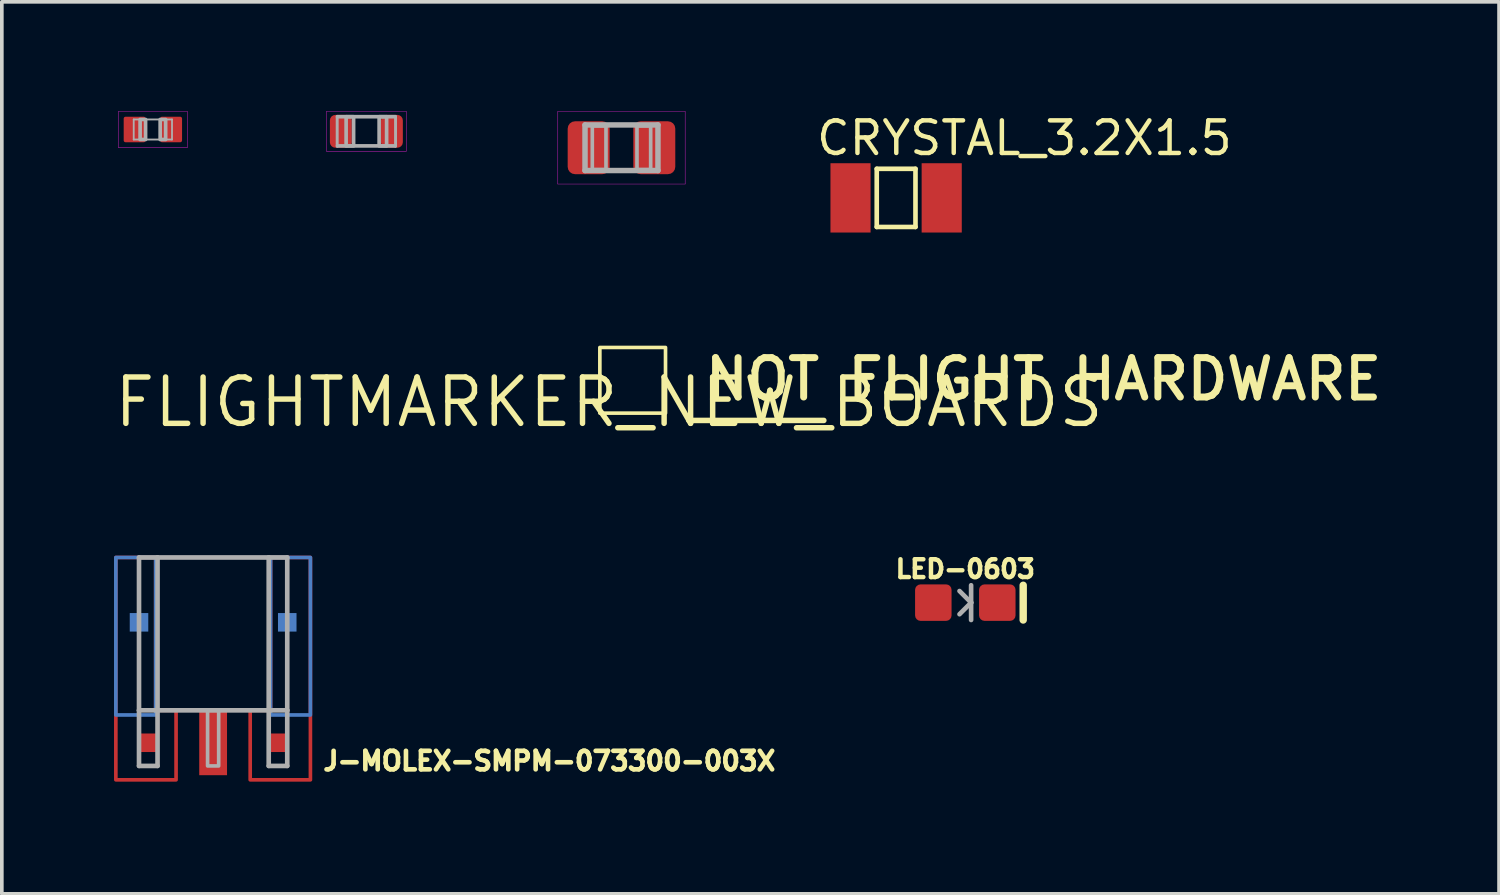
<source format=kicad_pcb>
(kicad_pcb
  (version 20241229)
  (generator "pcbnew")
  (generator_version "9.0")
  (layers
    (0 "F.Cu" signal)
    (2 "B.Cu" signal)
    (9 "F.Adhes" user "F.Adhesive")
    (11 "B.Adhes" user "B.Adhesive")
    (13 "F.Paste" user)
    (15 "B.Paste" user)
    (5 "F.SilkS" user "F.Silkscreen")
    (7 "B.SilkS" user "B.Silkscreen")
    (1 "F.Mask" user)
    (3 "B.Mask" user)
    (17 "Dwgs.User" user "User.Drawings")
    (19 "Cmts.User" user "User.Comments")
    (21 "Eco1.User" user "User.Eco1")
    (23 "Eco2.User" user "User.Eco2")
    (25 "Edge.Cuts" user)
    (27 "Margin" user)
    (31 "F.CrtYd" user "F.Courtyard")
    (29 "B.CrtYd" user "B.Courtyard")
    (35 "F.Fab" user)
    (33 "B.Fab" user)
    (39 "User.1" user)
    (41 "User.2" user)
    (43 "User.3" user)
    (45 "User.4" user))
  (footprint ".0805-B-NOSILK"
    (layer "F.Cu")
    (at 13.988 1)
    (property "Reference" ".0805-B-NOSILK" (at 0 0 0) (layer "F.Mask") (effects (font (size 0.34 0.34) (thickness 0.06))))
    (fp_line (start -1 -0.625) (end 1 -0.625) (stroke (width 0.15) (type solid)) (layer "F.Mask"))
    (fp_line (start -1 0.625) (end -1 -0.625) (stroke (width 0.15) (type solid)) (layer "F.Mask"))
    (fp_line (start 1 -0.625) (end 1 0.625) (stroke (width 0.15) (type solid)) (layer "F.Mask"))
    (fp_line (start 1 0.625) (end -1 0.625) (stroke (width 0.15) (type solid)) (layer "F.Mask"))
    (fp_poly (pts (xy -0.26 0.79) (xy -1.54 0.79) (xy -1.54 -0.79) (xy -0.26 -0.79)) (stroke (width 0.1) (type solid)) (fill no) (layer "F.Mask"))
    (fp_poly (pts (xy 1.54 0.79) (xy 0.26 0.79) (xy 0.26 -0.79) (xy 1.54 -0.79)) (stroke (width 0.1) (type solid)) (fill no) (layer "F.Mask"))
    (fp_line (start -1.745 -0.995) (end -1.745 0.995) (stroke (width 0.01) (type solid)) (layer "F.CrtYd"))
    (fp_line (start -1.745 0.995) (end 1.745 0.995) (stroke (width 0.01) (type solid)) (layer "F.CrtYd"))
    (fp_line (start 1.745 -0.995) (end -1.745 -0.995) (stroke (width 0.01) (type solid)) (layer "F.CrtYd"))
    (fp_line (start 1.745 0.995) (end 1.745 -0.995) (stroke (width 0.01) (type solid)) (layer "F.CrtYd"))
    (fp_line (start -1 -0.625) (end 1 -0.625) (stroke (width 0.15) (type solid)) (layer "F.Fab"))
    (fp_line (start -1 0.625) (end -1 -0.625) (stroke (width 0.15) (type solid)) (layer "F.Fab"))
    (fp_line (start 1 -0.625) (end 1 0.625) (stroke (width 0.15) (type solid)) (layer "F.Fab"))
    (fp_line (start 1 0.625) (end -1 0.625) (stroke (width 0.15) (type solid)) (layer "F.Fab"))
    (fp_poly (pts (xy -0.8 0.6) (xy -0.425 0.6) (xy -0.425 -0.6) (xy -0.8 -0.6)) (stroke (width 0.1) (type solid)) (fill no) (layer "F.Fab"))
    (fp_poly (pts (xy 0.425 0.6) (xy 0.8 0.6) (xy 0.8 -0.6) (xy 0.425 -0.6)) (stroke (width 0.1) (type solid)) (fill no) (layer "F.Fab"))
    (pad "1" smd roundrect (at -0.9 0) (size 1.15 1.45) (layers "F.Cu" "F.Paste") (roundrect_rratio 0.175))
    (pad "2" smd roundrect (at 0.9 0) (size 1.15 1.45) (layers "F.Cu" "F.Paste") (roundrect_rratio 0.175)))
  (footprint "FLIGHTMARKER_NEW_BOARDS"
    (layer "F.Cu")
    (at 13.645 7.976)
    (property "Reference" "FLIGHTMARKER_NEW_BOARDS" (at 0 0 0) (layer "F.SilkS") (effects (font (size 1.27 1.27) (thickness 0.15))))
    (fp_line (start 2.19 0.5) (end 5.89 0.5) (stroke (width 0.152) (type solid)) (layer "F.SilkS"))
    (fp_poly (pts (xy -0.25 0.3) (xy 1.55 0.3) (xy 1.55 -1.5) (xy -0.25 -1.5)) (stroke (width 0.1) (type solid)) (fill no) (layer "F.SilkS"))
    (fp_text user "NOT FLIGHT HARDWARE" (at 2.54 0 0) (layer "F.SilkS") (effects (font (size 1.079 1.079) (thickness 0.191)) (justify left bottom))))
  (footprint "J-MOLEX-SMPM-073300-003X"
    (layer "F.Cu")
    (at 2.793 12.233)
    (property "Reference" "J-MOLEX-SMPM-073300-003X" (at 2.953 5.877 0) (layer "F.SilkS") (effects (font (size 0.508 0.508) (thickness 0.127)) (justify left bottom)))
    (fp_poly (pts (xy -1.575 4.191) (xy -1.016 4.191) (xy -1.016 6.096) (xy -2.667 6.096) (xy -2.667 0) (xy -1.575 0)) (stroke (width 0.1) (type solid)) (fill no) (layer "F.Cu"))
    (fp_poly (pts (xy 2.667 6.096) (xy 1.016 6.096) (xy 1.016 4.191) (xy 1.575 4.191) (xy 1.575 0) (xy 2.667 0)) (stroke (width 0.1) (type solid)) (fill no) (layer "F.Cu"))
    (fp_poly (pts (xy -1.448 4.115) (xy -0.94 4.115) (xy -0.94 6.172) (xy -2.743 6.172) (xy -2.743 -0.076) (xy -1.448 -0.076)) (stroke (width 0.1) (type solid)) (fill no) (layer "F.Mask"))
    (fp_poly (pts (xy 2.743 6.172) (xy 0.94 6.172) (xy 0.94 4.115) (xy 1.448 4.115) (xy 1.448 -0.076) (xy 2.743 -0.076)) (stroke (width 0.1) (type solid)) (fill no) (layer "F.Mask"))
    (fp_poly (pts (xy -1.575 4.318) (xy -2.667 4.318) (xy -2.667 0) (xy -1.575 0)) (stroke (width 0.1) (type solid)) (fill no) (layer "B.Cu"))
    (fp_poly (pts (xy 2.667 4.318) (xy 1.575 4.318) (xy 1.575 0) (xy 2.667 0)) (stroke (width 0.1) (type solid)) (fill no) (layer "B.Cu"))
    (fp_poly (pts (xy -1.448 4.394) (xy -2.743 4.394) (xy -2.743 -0.076) (xy -1.448 -0.076)) (stroke (width 0.1) (type solid)) (fill no) (layer "B.Mask"))
    (fp_poly (pts (xy 2.743 4.394) (xy 1.448 4.394) (xy 1.448 -0.076) (xy 2.743 -0.076)) (stroke (width 0.1) (type solid)) (fill no) (layer "B.Mask"))
    (fp_line (start -2.032 0) (end -2.032 4.191) (stroke (width 0.127) (type solid)) (layer "F.Fab"))
    (fp_line (start -2.032 4.191) (end -2.032 5.715) (stroke (width 0.127) (type solid)) (layer "F.Fab"))
    (fp_line (start -2.032 4.191) (end -1.524 4.191) (stroke (width 0.127) (type solid)) (layer "F.Fab"))
    (fp_line (start -2.032 5.715) (end -1.524 5.715) (stroke (width 0.127) (type solid)) (layer "F.Fab"))
    (fp_line (start -1.524 0) (end -2.032 0) (stroke (width 0.127) (type solid)) (layer "F.Fab"))
    (fp_line (start -1.524 0) (end -1.524 4.191) (stroke (width 0.127) (type solid)) (layer "F.Fab"))
    (fp_line (start -1.524 4.191) (end 1.524 4.191) (stroke (width 0.127) (type solid)) (layer "F.Fab"))
    (fp_line (start -1.524 5.715) (end -1.524 4.191) (stroke (width 0.127) (type solid)) (layer "F.Fab"))
    (fp_line (start 1.524 0) (end -1.524 0) (stroke (width 0.127) (type solid)) (layer "F.Fab"))
    (fp_line (start 1.524 0) (end 1.524 4.191) (stroke (width 0.127) (type solid)) (layer "F.Fab"))
    (fp_line (start 1.524 4.191) (end 2.032 4.191) (stroke (width 0.127) (type solid)) (layer "F.Fab"))
    (fp_line (start 1.524 5.715) (end 1.524 4.191) (stroke (width 0.127) (type solid)) (layer "F.Fab"))
    (fp_line (start 2.032 0) (end 1.524 0) (stroke (width 0.127) (type solid)) (layer "F.Fab"))
    (fp_line (start 2.032 4.191) (end 2.032 0) (stroke (width 0.127) (type solid)) (layer "F.Fab"))
    (fp_line (start 2.032 4.191) (end 2.032 5.715) (stroke (width 0.127) (type solid)) (layer "F.Fab"))
    (fp_line (start 2.032 5.715) (end 1.524 5.715) (stroke (width 0.127) (type solid)) (layer "F.Fab"))
    (fp_poly (pts (xy -0.152 5.715) (xy 0.152 5.715) (xy 0.152 4.191) (xy -0.152 4.191)) (stroke (width 0.1) (type solid)) (fill no) (layer "F.Fab"))
    (pad "P$1" smd rect (at -1.778 5.08) (size 0.508 0.508) (layers "F.Cu"))
    (pad "P$2" smd rect (at 1.778 5.08) (size 0.508 0.508) (layers "F.Cu"))
    (pad "P$3" smd rect (at -2.032 1.778 180) (size 0.508 0.508) (layers "B.Cu"))
    (pad "P$4" smd rect (at 2.032 1.778 180) (size 0.508 0.508) (layers "B.Cu"))
    (pad "RF" smd rect (at 0 5.08) (size 0.762 1.778) (layers "F.Cu" "F.Mask")))
  (footprint ".0603-C-NOSILK"
    (layer "F.Cu")
    (at 6.994 0.55)
    (property "Reference" ".0603-C-NOSILK" (at 0 0 0) (layer "F.Mask") (effects (font (size 0.255 0.255) (thickness 0.045))))
    (fp_line (start -0.845 -0.295) (end -0.845 0.295) (stroke (width 0.43) (type solid)) (layer "F.Mask"))
    (fp_line (start -0.8 0.41) (end -0.8 -0.41) (stroke (width 0.08) (type solid)) (layer "F.Mask"))
    (fp_line (start -0.79 -0.4) (end 0.79 -0.4) (stroke (width 0.1) (type solid)) (layer "F.Mask"))
    (fp_line (start -0.555 -0.295) (end -0.845 -0.295) (stroke (width 0.43) (type solid)) (layer "F.Mask"))
    (fp_line (start -0.555 -0.295) (end -0.555 0.295) (stroke (width 0.43) (type solid)) (layer "F.Mask"))
    (fp_line (start -0.555 0.295) (end -0.845 0.295) (stroke (width 0.43) (type solid)) (layer "F.Mask"))
    (fp_line (start 0.555 -0.295) (end 0.555 0.295) (stroke (width 0.43) (type solid)) (layer "F.Mask"))
    (fp_line (start 0.79 0.4) (end -0.79 0.4) (stroke (width 0.1) (type solid)) (layer "F.Mask"))
    (fp_line (start 0.8 -0.41) (end 0.8 0.41) (stroke (width 0.08) (type solid)) (layer "F.Mask"))
    (fp_line (start 0.845 -0.295) (end 0.555 -0.295) (stroke (width 0.43) (type solid)) (layer "F.Mask"))
    (fp_line (start 0.845 -0.295) (end 0.845 0.295) (stroke (width 0.43) (type solid)) (layer "F.Mask"))
    (fp_line (start 0.845 0.295) (end 0.555 0.295) (stroke (width 0.43) (type solid)) (layer "F.Mask"))
    (fp_line (start -1.095 -0.545) (end -1.095 0.545) (stroke (width 0.01) (type solid)) (layer "F.CrtYd"))
    (fp_line (start -1.095 0.545) (end 1.095 0.545) (stroke (width 0.01) (type solid)) (layer "F.CrtYd"))
    (fp_line (start 1.095 -0.545) (end -1.095 -0.545) (stroke (width 0.01) (type solid)) (layer "F.CrtYd"))
    (fp_line (start 1.095 0.545) (end 1.095 -0.545) (stroke (width 0.01) (type solid)) (layer "F.CrtYd"))
    (fp_line (start -0.8 0.41) (end -0.8 -0.41) (stroke (width 0.08) (type solid)) (layer "F.Fab"))
    (fp_line (start -0.79 -0.4) (end 0.79 -0.4) (stroke (width 0.1) (type solid)) (layer "F.Fab"))
    (fp_line (start 0.79 0.4) (end -0.79 0.4) (stroke (width 0.1) (type solid)) (layer "F.Fab"))
    (fp_line (start 0.8 -0.41) (end 0.8 0.41) (stroke (width 0.08) (type solid)) (layer "F.Fab"))
    (fp_poly (pts (xy -0.555 0.4) (xy -0.35 0.4) (xy -0.35 -0.4) (xy -0.555 -0.4)) (stroke (width 0.1) (type solid)) (fill no) (layer "F.Fab"))
    (fp_poly (pts (xy 0.35 0.4) (xy 0.555 0.4) (xy 0.555 -0.4) (xy 0.35 -0.4)) (stroke (width 0.1) (type solid)) (fill no) (layer "F.Fab"))
    (pad "1" smd roundrect (at -0.7 0) (size 0.6 0.9) (layers "F.Cu" "F.Paste") (roundrect_rratio 0.25))
    (pad "2" smd roundrect (at 0.7 0) (size 0.6 0.9) (layers "F.Cu" "F.Paste") (roundrect_rratio 0.25)))
  (footprint "CRYSTAL_3.2X1.5"
    (layer "F.Cu")
    (at 21.517 2.375)
    (property "Reference" "CRYSTAL_3.2X1.5" (at -2.247 -1.116 0) (layer "F.SilkS") (effects (font (size 0.894 0.894) (thickness 0.122)) (justify left bottom)))
    (fp_line (start -0.531 -0.797) (end 0.531 -0.797) (stroke (width 0.127) (type solid)) (layer "F.SilkS"))
    (fp_line (start -0.531 0.797) (end -0.531 -0.797) (stroke (width 0.127) (type solid)) (layer "F.SilkS"))
    (fp_line (start 0.531 -0.797) (end 0.531 0.797) (stroke (width 0.127) (type solid)) (layer "F.SilkS"))
    (fp_line (start 0.531 0.797) (end -0.531 0.797) (stroke (width 0.127) (type solid)) (layer "F.SilkS"))
    (pad "P$1" smd rect (at -1.25 0) (size 1.1 1.9) (layers "F.Cu" "F.Mask" "F.Paste"))
    (pad "P$2" smd rect (at 1.25 0) (size 1.1 1.9) (layers "F.Cu" "F.Mask" "F.Paste")))
  (footprint ".0402-B-NOSILK"
    (layer "F.Cu")
    (at 1.141 0.5)
    (property "Reference" ".0402-B-NOSILK" (at 0 0 0) (layer "F.Mask") (effects (font (size 0.17 0.17) (thickness 0.03))))
    (fp_line (start -0.525 -0.275) (end 0.525 -0.275) (stroke (width 0.05) (type solid)) (layer "F.Mask"))
    (fp_line (start -0.525 0.275) (end -0.525 -0.275) (stroke (width 0.05) (type solid)) (layer "F.Mask"))
    (fp_line (start 0.525 -0.275) (end 0.525 0.275) (stroke (width 0.05) (type solid)) (layer "F.Mask"))
    (fp_line (start 0.525 0.275) (end -0.525 0.275) (stroke (width 0.05) (type solid)) (layer "F.Mask"))
    (fp_poly (pts (xy -0.86 0.41) (xy -0.14 0.41) (xy -0.14 -0.41) (xy -0.86 -0.41)) (stroke (width 0.1) (type solid)) (fill no) (layer "F.Mask"))
    (fp_poly (pts (xy 0.14 0.41) (xy 0.86 0.41) (xy 0.86 -0.41) (xy 0.14 -0.41)) (stroke (width 0.1) (type solid)) (fill no) (layer "F.Mask"))
    (fp_line (start -0.945 -0.495) (end -0.945 0.495) (stroke (width 0.01) (type solid)) (layer "F.CrtYd"))
    (fp_line (start -0.945 0.495) (end 0.945 0.495) (stroke (width 0.01) (type solid)) (layer "F.CrtYd"))
    (fp_line (start 0.945 -0.495) (end -0.945 -0.495) (stroke (width 0.01) (type solid)) (layer "F.CrtYd"))
    (fp_line (start 0.945 0.495) (end 0.945 -0.495) (stroke (width 0.01) (type solid)) (layer "F.CrtYd"))
    (fp_line (start -0.525 -0.275) (end 0.525 -0.275) (stroke (width 0.05) (type solid)) (layer "F.Fab"))
    (fp_line (start -0.525 0.275) (end -0.525 -0.275) (stroke (width 0.05) (type solid)) (layer "F.Fab"))
    (fp_line (start 0.525 -0.275) (end 0.525 0.275) (stroke (width 0.05) (type solid)) (layer "F.Fab"))
    (fp_line (start 0.525 0.275) (end -0.525 0.275) (stroke (width 0.05) (type solid)) (layer "F.Fab"))
    (fp_poly (pts (xy -0.35 0.275) (xy -0.2 0.275) (xy -0.2 -0.275) (xy -0.35 -0.275)) (stroke (width 0.1) (type solid)) (fill no) (layer "F.Fab"))
    (fp_poly (pts (xy 0.2 0.275) (xy 0.35 0.275) (xy 0.35 -0.275) (xy 0.2 -0.275)) (stroke (width 0.1) (type solid)) (fill no) (layer "F.Fab"))
    (pad "1" smd roundrect (at -0.5 0) (size 0.6 0.7) (layers "F.Cu" "F.Paste") (roundrect_rratio 0.085))
    (pad "2" smd roundrect (at 0.5 0) (size 0.6 0.7) (layers "F.Cu" "F.Paste") (roundrect_rratio 0.085)))
  (footprint "LED-0603"
    (layer "F.Cu")
    (at 23.414 13.471)
    (property "Reference" "LED-0603" (at 0 -0.635 0) (layer "F.SilkS") (effects (font (size 0.488 0.488) (thickness 0.122)) (justify bottom)))
    (fp_line (start 1.587 -0.476) (end 1.587 0.476) (stroke (width 0.203) (type solid)) (layer "F.SilkS"))
    (fp_line (start 0.159 -0.476) (end 0.159 0) (stroke (width 0.127) (type solid)) (layer "F.Fab"))
    (fp_line (start 0.159 0) (end -0.159 -0.318) (stroke (width 0.127) (type solid)) (layer "F.Fab"))
    (fp_line (start 0.159 0) (end -0.159 0.318) (stroke (width 0.127) (type solid)) (layer "F.Fab"))
    (fp_line (start 0.159 0) (end 0.159 0.476) (stroke (width 0.127) (type solid)) (layer "F.Fab"))
    (pad "A" smd roundrect (at -0.877 0 270) (size 1 1) (layers "F.Cu" "F.Mask" "F.Paste") (roundrect_rratio 0.15))
    (pad "C" smd roundrect (at 0.877 0 270) (size 1 1) (layers "F.Cu" "F.Mask" "F.Paste") (roundrect_rratio 0.15)))
  (gr_rect
    (start -3 -3)
    (end 38.046 21.455)
    (stroke (width 0.1) (type default))
    (fill no)
    (layer "Edge.Cuts")))
</source>
